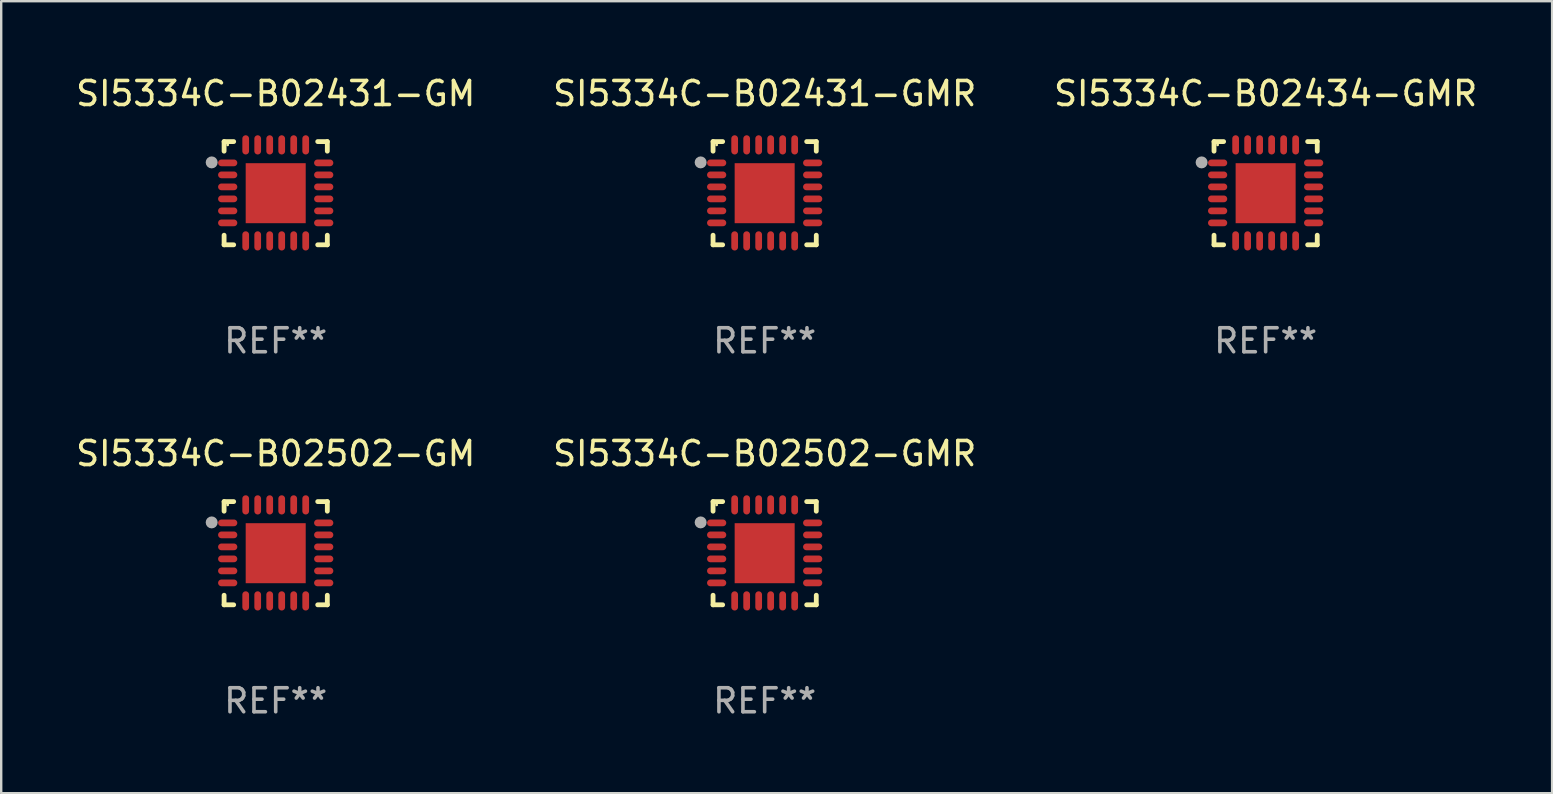
<source format=kicad_pcb>
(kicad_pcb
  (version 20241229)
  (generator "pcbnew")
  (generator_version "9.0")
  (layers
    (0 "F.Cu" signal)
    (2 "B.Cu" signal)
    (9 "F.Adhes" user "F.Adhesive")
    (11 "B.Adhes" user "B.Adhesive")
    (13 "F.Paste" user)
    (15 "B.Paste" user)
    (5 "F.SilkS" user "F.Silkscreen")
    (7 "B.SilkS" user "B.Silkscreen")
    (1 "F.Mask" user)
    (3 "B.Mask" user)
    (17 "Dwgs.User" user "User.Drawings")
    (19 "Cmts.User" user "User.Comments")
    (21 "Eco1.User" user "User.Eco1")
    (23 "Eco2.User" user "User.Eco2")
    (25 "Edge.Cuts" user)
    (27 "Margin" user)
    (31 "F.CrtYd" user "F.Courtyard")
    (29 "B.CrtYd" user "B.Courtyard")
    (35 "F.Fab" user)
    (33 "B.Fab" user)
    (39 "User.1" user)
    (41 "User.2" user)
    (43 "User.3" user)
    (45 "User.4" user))
  (footprint "SI5334C-B02431-GM"
    (layer "F.Cu")
    (at 8.435 4.998)
    (property "Reference" "SI5334C-B02431-GM" (at 0 -4.15 0) (layer "F.SilkS") (effects (font (size 1 1) (thickness 0.15))))
    (attr through_hole)
    (fp_line (start -2.15 -2.15) (end -1.75 -2.15) (stroke (width 0.2) (type solid)) (layer "F.SilkS"))
    (fp_line (start -2.15 -1.75) (end -2.15 -2.15) (stroke (width 0.2) (type solid)) (layer "F.SilkS"))
    (fp_line (start -2.15 2.15) (end -2.15 1.75) (stroke (width 0.2) (type solid)) (layer "F.SilkS"))
    (fp_line (start -1.75 2.15) (end -2.15 2.15) (stroke (width 0.2) (type solid)) (layer "F.SilkS"))
    (fp_line (start 1.75 -2.15) (end 2.15 -2.15) (stroke (width 0.2) (type solid)) (layer "F.SilkS"))
    (fp_line (start 1.75 2.15) (end 2.15 2.15) (stroke (width 0.2) (type solid)) (layer "F.SilkS"))
    (fp_line (start 2.15 -2.15) (end 2.15 -1.75) (stroke (width 0.2) (type solid)) (layer "F.SilkS"))
    (fp_line (start 2.15 2.15) (end 2.15 1.75) (stroke (width 0.2) (type solid)) (layer "F.SilkS"))
    (fp_circle (center -2 -2.013) (end -1.97 -2.013) (stroke (width 0.06) (type solid)) (fill no) (layer "F.SilkS"))
    (fp_circle (center -2.667 -1.283) (end -2.542 -1.283) (stroke (width 0.25) (type solid)) (fill no) (layer "F.Fab"))
    (fp_text user "REF**" (at 0 6.15 0) (layer "F.Fab") (effects (font (size 1 1) (thickness 0.15))))
    (pad "1" smd oval (at -2 -1.263) (size 0.8 0.28) (layers "F.Cu" "F.Mask" "F.Paste"))
    (pad "2" smd oval (at -2 -0.763) (size 0.8 0.28) (layers "F.Cu" "F.Mask" "F.Paste"))
    (pad "3" smd oval (at -2 -0.263) (size 0.8 0.28) (layers "F.Cu" "F.Mask" "F.Paste"))
    (pad "4" smd oval (at -2 0.237) (size 0.8 0.28) (layers "F.Cu" "F.Mask" "F.Paste"))
    (pad "5" smd oval (at -2 0.737) (size 0.8 0.28) (layers "F.Cu" "F.Mask" "F.Paste"))
    (pad "6" smd oval (at -2 1.237) (size 0.8 0.28) (layers "F.Cu" "F.Mask" "F.Paste"))
    (pad "7" smd oval (at -1.25 1.987) (size 0.28 0.8) (layers "F.Cu" "F.Mask" "F.Paste"))
    (pad "8" smd oval (at -0.75 1.987) (size 0.28 0.8) (layers "F.Cu" "F.Mask" "F.Paste"))
    (pad "9" smd oval (at -0.25 1.987) (size 0.28 0.8) (layers "F.Cu" "F.Mask" "F.Paste"))
    (pad "10" smd oval (at 0.25 1.987) (size 0.28 0.8) (layers "F.Cu" "F.Mask" "F.Paste"))
    (pad "11" smd oval (at 0.75 1.987) (size 0.28 0.8) (layers "F.Cu" "F.Mask" "F.Paste"))
    (pad "12" smd oval (at 1.25 1.987) (size 0.28 0.8) (layers "F.Cu" "F.Mask" "F.Paste"))
    (pad "13" smd oval (at 2 1.237) (size 0.8 0.28) (layers "F.Cu" "F.Mask" "F.Paste"))
    (pad "14" smd oval (at 2 0.737) (size 0.8 0.28) (layers "F.Cu" "F.Mask" "F.Paste"))
    (pad "15" smd oval (at 2 0.237) (size 0.8 0.28) (layers "F.Cu" "F.Mask" "F.Paste"))
    (pad "16" smd oval (at 2 -0.263) (size 0.8 0.28) (layers "F.Cu" "F.Mask" "F.Paste"))
    (pad "17" smd oval (at 2 -0.763) (size 0.8 0.28) (layers "F.Cu" "F.Mask" "F.Paste"))
    (pad "18" smd oval (at 2 -1.263) (size 0.8 0.28) (layers "F.Cu" "F.Mask" "F.Paste"))
    (pad "19" smd oval (at 1.25 -2.013) (size 0.28 0.8) (layers "F.Cu" "F.Mask" "F.Paste"))
    (pad "20" smd oval (at 0.75 -2.013) (size 0.28 0.8) (layers "F.Cu" "F.Mask" "F.Paste"))
    (pad "21" smd oval (at 0.25 -2.013) (size 0.28 0.8) (layers "F.Cu" "F.Mask" "F.Paste"))
    (pad "22" smd oval (at -0.25 -2.013) (size 0.28 0.8) (layers "F.Cu" "F.Mask" "F.Paste"))
    (pad "23" smd oval (at -0.75 -2.013) (size 0.28 0.8) (layers "F.Cu" "F.Mask" "F.Paste"))
    (pad "24" smd oval (at -1.25 -2.013) (size 0.28 0.8) (layers "F.Cu" "F.Mask" "F.Paste"))
    (pad "25" smd rect (at -0.000127 -0.00014) (size 2.5 2.5) (layers "F.Cu" "F.Mask" "F.Paste")))
  (footprint "SI5334C-B02431-GMR"
    (layer "F.Cu")
    (at 28.804 4.998)
    (property "Reference" "SI5334C-B02431-GMR" (at 0 -4.15 0) (layer "F.SilkS") (effects (font (size 1 1) (thickness 0.15))))
    (attr through_hole)
    (fp_line (start -2.15 -2.15) (end -1.75 -2.15) (stroke (width 0.2) (type solid)) (layer "F.SilkS"))
    (fp_line (start -2.15 -1.75) (end -2.15 -2.15) (stroke (width 0.2) (type solid)) (layer "F.SilkS"))
    (fp_line (start -2.15 2.15) (end -2.15 1.75) (stroke (width 0.2) (type solid)) (layer "F.SilkS"))
    (fp_line (start -1.75 2.15) (end -2.15 2.15) (stroke (width 0.2) (type solid)) (layer "F.SilkS"))
    (fp_line (start 1.75 -2.15) (end 2.15 -2.15) (stroke (width 0.2) (type solid)) (layer "F.SilkS"))
    (fp_line (start 1.75 2.15) (end 2.15 2.15) (stroke (width 0.2) (type solid)) (layer "F.SilkS"))
    (fp_line (start 2.15 -2.15) (end 2.15 -1.75) (stroke (width 0.2) (type solid)) (layer "F.SilkS"))
    (fp_line (start 2.15 2.15) (end 2.15 1.75) (stroke (width 0.2) (type solid)) (layer "F.SilkS"))
    (fp_circle (center -2 -2.013) (end -1.97 -2.013) (stroke (width 0.06) (type solid)) (fill no) (layer "F.SilkS"))
    (fp_circle (center -2.667 -1.283) (end -2.542 -1.283) (stroke (width 0.25) (type solid)) (fill no) (layer "F.Fab"))
    (fp_text user "REF**" (at 0 6.15 0) (layer "F.Fab") (effects (font (size 1 1) (thickness 0.15))))
    (pad "1" smd oval (at -2 -1.263) (size 0.8 0.28) (layers "F.Cu" "F.Mask" "F.Paste"))
    (pad "2" smd oval (at -2 -0.763) (size 0.8 0.28) (layers "F.Cu" "F.Mask" "F.Paste"))
    (pad "3" smd oval (at -2 -0.263) (size 0.8 0.28) (layers "F.Cu" "F.Mask" "F.Paste"))
    (pad "4" smd oval (at -2 0.237) (size 0.8 0.28) (layers "F.Cu" "F.Mask" "F.Paste"))
    (pad "5" smd oval (at -2 0.737) (size 0.8 0.28) (layers "F.Cu" "F.Mask" "F.Paste"))
    (pad "6" smd oval (at -2 1.237) (size 0.8 0.28) (layers "F.Cu" "F.Mask" "F.Paste"))
    (pad "7" smd oval (at -1.25 1.987) (size 0.28 0.8) (layers "F.Cu" "F.Mask" "F.Paste"))
    (pad "8" smd oval (at -0.75 1.987) (size 0.28 0.8) (layers "F.Cu" "F.Mask" "F.Paste"))
    (pad "9" smd oval (at -0.25 1.987) (size 0.28 0.8) (layers "F.Cu" "F.Mask" "F.Paste"))
    (pad "10" smd oval (at 0.25 1.987) (size 0.28 0.8) (layers "F.Cu" "F.Mask" "F.Paste"))
    (pad "11" smd oval (at 0.75 1.987) (size 0.28 0.8) (layers "F.Cu" "F.Mask" "F.Paste"))
    (pad "12" smd oval (at 1.25 1.987) (size 0.28 0.8) (layers "F.Cu" "F.Mask" "F.Paste"))
    (pad "13" smd oval (at 2 1.237) (size 0.8 0.28) (layers "F.Cu" "F.Mask" "F.Paste"))
    (pad "14" smd oval (at 2 0.737) (size 0.8 0.28) (layers "F.Cu" "F.Mask" "F.Paste"))
    (pad "15" smd oval (at 2 0.237) (size 0.8 0.28) (layers "F.Cu" "F.Mask" "F.Paste"))
    (pad "16" smd oval (at 2 -0.263) (size 0.8 0.28) (layers "F.Cu" "F.Mask" "F.Paste"))
    (pad "17" smd oval (at 2 -0.763) (size 0.8 0.28) (layers "F.Cu" "F.Mask" "F.Paste"))
    (pad "18" smd oval (at 2 -1.263) (size 0.8 0.28) (layers "F.Cu" "F.Mask" "F.Paste"))
    (pad "19" smd oval (at 1.25 -2.013) (size 0.28 0.8) (layers "F.Cu" "F.Mask" "F.Paste"))
    (pad "20" smd oval (at 0.75 -2.013) (size 0.28 0.8) (layers "F.Cu" "F.Mask" "F.Paste"))
    (pad "21" smd oval (at 0.25 -2.013) (size 0.28 0.8) (layers "F.Cu" "F.Mask" "F.Paste"))
    (pad "22" smd oval (at -0.25 -2.013) (size 0.28 0.8) (layers "F.Cu" "F.Mask" "F.Paste"))
    (pad "23" smd oval (at -0.75 -2.013) (size 0.28 0.8) (layers "F.Cu" "F.Mask" "F.Paste"))
    (pad "24" smd oval (at -1.25 -2.013) (size 0.28 0.8) (layers "F.Cu" "F.Mask" "F.Paste"))
    (pad "25" smd rect (at -0.000127 -0.00014) (size 2.5 2.5) (layers "F.Cu" "F.Mask" "F.Paste")))
  (footprint "SI5334C-B02502-GM"
    (layer "F.Cu")
    (at 8.435 19.995)
    (property "Reference" "SI5334C-B02502-GM" (at 0 -4.15 0) (layer "F.SilkS") (effects (font (size 1 1) (thickness 0.15))))
    (attr through_hole)
    (fp_line (start -2.15 -2.15) (end -1.75 -2.15) (stroke (width 0.2) (type solid)) (layer "F.SilkS"))
    (fp_line (start -2.15 -1.75) (end -2.15 -2.15) (stroke (width 0.2) (type solid)) (layer "F.SilkS"))
    (fp_line (start -2.15 2.15) (end -2.15 1.75) (stroke (width 0.2) (type solid)) (layer "F.SilkS"))
    (fp_line (start -1.75 2.15) (end -2.15 2.15) (stroke (width 0.2) (type solid)) (layer "F.SilkS"))
    (fp_line (start 1.75 -2.15) (end 2.15 -2.15) (stroke (width 0.2) (type solid)) (layer "F.SilkS"))
    (fp_line (start 1.75 2.15) (end 2.15 2.15) (stroke (width 0.2) (type solid)) (layer "F.SilkS"))
    (fp_line (start 2.15 -2.15) (end 2.15 -1.75) (stroke (width 0.2) (type solid)) (layer "F.SilkS"))
    (fp_line (start 2.15 2.15) (end 2.15 1.75) (stroke (width 0.2) (type solid)) (layer "F.SilkS"))
    (fp_circle (center -2 -2.013) (end -1.97 -2.013) (stroke (width 0.06) (type solid)) (fill no) (layer "F.SilkS"))
    (fp_circle (center -2.667 -1.283) (end -2.542 -1.283) (stroke (width 0.25) (type solid)) (fill no) (layer "F.Fab"))
    (fp_text user "REF**" (at 0 6.15 0) (layer "F.Fab") (effects (font (size 1 1) (thickness 0.15))))
    (pad "1" smd oval (at -2 -1.263) (size 0.8 0.28) (layers "F.Cu" "F.Mask" "F.Paste"))
    (pad "2" smd oval (at -2 -0.763) (size 0.8 0.28) (layers "F.Cu" "F.Mask" "F.Paste"))
    (pad "3" smd oval (at -2 -0.263) (size 0.8 0.28) (layers "F.Cu" "F.Mask" "F.Paste"))
    (pad "4" smd oval (at -2 0.237) (size 0.8 0.28) (layers "F.Cu" "F.Mask" "F.Paste"))
    (pad "5" smd oval (at -2 0.737) (size 0.8 0.28) (layers "F.Cu" "F.Mask" "F.Paste"))
    (pad "6" smd oval (at -2 1.237) (size 0.8 0.28) (layers "F.Cu" "F.Mask" "F.Paste"))
    (pad "7" smd oval (at -1.25 1.987) (size 0.28 0.8) (layers "F.Cu" "F.Mask" "F.Paste"))
    (pad "8" smd oval (at -0.75 1.987) (size 0.28 0.8) (layers "F.Cu" "F.Mask" "F.Paste"))
    (pad "9" smd oval (at -0.25 1.987) (size 0.28 0.8) (layers "F.Cu" "F.Mask" "F.Paste"))
    (pad "10" smd oval (at 0.25 1.987) (size 0.28 0.8) (layers "F.Cu" "F.Mask" "F.Paste"))
    (pad "11" smd oval (at 0.75 1.987) (size 0.28 0.8) (layers "F.Cu" "F.Mask" "F.Paste"))
    (pad "12" smd oval (at 1.25 1.987) (size 0.28 0.8) (layers "F.Cu" "F.Mask" "F.Paste"))
    (pad "13" smd oval (at 2 1.237) (size 0.8 0.28) (layers "F.Cu" "F.Mask" "F.Paste"))
    (pad "14" smd oval (at 2 0.737) (size 0.8 0.28) (layers "F.Cu" "F.Mask" "F.Paste"))
    (pad "15" smd oval (at 2 0.237) (size 0.8 0.28) (layers "F.Cu" "F.Mask" "F.Paste"))
    (pad "16" smd oval (at 2 -0.263) (size 0.8 0.28) (layers "F.Cu" "F.Mask" "F.Paste"))
    (pad "17" smd oval (at 2 -0.763) (size 0.8 0.28) (layers "F.Cu" "F.Mask" "F.Paste"))
    (pad "18" smd oval (at 2 -1.263) (size 0.8 0.28) (layers "F.Cu" "F.Mask" "F.Paste"))
    (pad "19" smd oval (at 1.25 -2.013) (size 0.28 0.8) (layers "F.Cu" "F.Mask" "F.Paste"))
    (pad "20" smd oval (at 0.75 -2.013) (size 0.28 0.8) (layers "F.Cu" "F.Mask" "F.Paste"))
    (pad "21" smd oval (at 0.25 -2.013) (size 0.28 0.8) (layers "F.Cu" "F.Mask" "F.Paste"))
    (pad "22" smd oval (at -0.25 -2.013) (size 0.28 0.8) (layers "F.Cu" "F.Mask" "F.Paste"))
    (pad "23" smd oval (at -0.75 -2.013) (size 0.28 0.8) (layers "F.Cu" "F.Mask" "F.Paste"))
    (pad "24" smd oval (at -1.25 -2.013) (size 0.28 0.8) (layers "F.Cu" "F.Mask" "F.Paste"))
    (pad "25" smd rect (at -0.000127 -0.00014) (size 2.5 2.5) (layers "F.Cu" "F.Mask" "F.Paste")))
  (footprint "SI5334C-B02434-GMR"
    (layer "F.Cu")
    (at 49.673 4.998)
    (property "Reference" "SI5334C-B02434-GMR" (at 0 -4.15 0) (layer "F.SilkS") (effects (font (size 1 1) (thickness 0.15))))
    (attr through_hole)
    (fp_line (start -2.15 -2.15) (end -1.75 -2.15) (stroke (width 0.2) (type solid)) (layer "F.SilkS"))
    (fp_line (start -2.15 -1.75) (end -2.15 -2.15) (stroke (width 0.2) (type solid)) (layer "F.SilkS"))
    (fp_line (start -2.15 2.15) (end -2.15 1.75) (stroke (width 0.2) (type solid)) (layer "F.SilkS"))
    (fp_line (start -1.75 2.15) (end -2.15 2.15) (stroke (width 0.2) (type solid)) (layer "F.SilkS"))
    (fp_line (start 1.75 -2.15) (end 2.15 -2.15) (stroke (width 0.2) (type solid)) (layer "F.SilkS"))
    (fp_line (start 1.75 2.15) (end 2.15 2.15) (stroke (width 0.2) (type solid)) (layer "F.SilkS"))
    (fp_line (start 2.15 -2.15) (end 2.15 -1.75) (stroke (width 0.2) (type solid)) (layer "F.SilkS"))
    (fp_line (start 2.15 2.15) (end 2.15 1.75) (stroke (width 0.2) (type solid)) (layer "F.SilkS"))
    (fp_circle (center -2 -2.013) (end -1.97 -2.013) (stroke (width 0.06) (type solid)) (fill no) (layer "F.SilkS"))
    (fp_circle (center -2.667 -1.283) (end -2.542 -1.283) (stroke (width 0.25) (type solid)) (fill no) (layer "F.Fab"))
    (fp_text user "REF**" (at 0 6.15 0) (layer "F.Fab") (effects (font (size 1 1) (thickness 0.15))))
    (pad "1" smd oval (at -2 -1.263) (size 0.8 0.28) (layers "F.Cu" "F.Mask" "F.Paste"))
    (pad "2" smd oval (at -2 -0.763) (size 0.8 0.28) (layers "F.Cu" "F.Mask" "F.Paste"))
    (pad "3" smd oval (at -2 -0.263) (size 0.8 0.28) (layers "F.Cu" "F.Mask" "F.Paste"))
    (pad "4" smd oval (at -2 0.237) (size 0.8 0.28) (layers "F.Cu" "F.Mask" "F.Paste"))
    (pad "5" smd oval (at -2 0.737) (size 0.8 0.28) (layers "F.Cu" "F.Mask" "F.Paste"))
    (pad "6" smd oval (at -2 1.237) (size 0.8 0.28) (layers "F.Cu" "F.Mask" "F.Paste"))
    (pad "7" smd oval (at -1.25 1.987) (size 0.28 0.8) (layers "F.Cu" "F.Mask" "F.Paste"))
    (pad "8" smd oval (at -0.75 1.987) (size 0.28 0.8) (layers "F.Cu" "F.Mask" "F.Paste"))
    (pad "9" smd oval (at -0.25 1.987) (size 0.28 0.8) (layers "F.Cu" "F.Mask" "F.Paste"))
    (pad "10" smd oval (at 0.25 1.987) (size 0.28 0.8) (layers "F.Cu" "F.Mask" "F.Paste"))
    (pad "11" smd oval (at 0.75 1.987) (size 0.28 0.8) (layers "F.Cu" "F.Mask" "F.Paste"))
    (pad "12" smd oval (at 1.25 1.987) (size 0.28 0.8) (layers "F.Cu" "F.Mask" "F.Paste"))
    (pad "13" smd oval (at 2 1.237) (size 0.8 0.28) (layers "F.Cu" "F.Mask" "F.Paste"))
    (pad "14" smd oval (at 2 0.737) (size 0.8 0.28) (layers "F.Cu" "F.Mask" "F.Paste"))
    (pad "15" smd oval (at 2 0.237) (size 0.8 0.28) (layers "F.Cu" "F.Mask" "F.Paste"))
    (pad "16" smd oval (at 2 -0.263) (size 0.8 0.28) (layers "F.Cu" "F.Mask" "F.Paste"))
    (pad "17" smd oval (at 2 -0.763) (size 0.8 0.28) (layers "F.Cu" "F.Mask" "F.Paste"))
    (pad "18" smd oval (at 2 -1.263) (size 0.8 0.28) (layers "F.Cu" "F.Mask" "F.Paste"))
    (pad "19" smd oval (at 1.25 -2.013) (size 0.28 0.8) (layers "F.Cu" "F.Mask" "F.Paste"))
    (pad "20" smd oval (at 0.75 -2.013) (size 0.28 0.8) (layers "F.Cu" "F.Mask" "F.Paste"))
    (pad "21" smd oval (at 0.25 -2.013) (size 0.28 0.8) (layers "F.Cu" "F.Mask" "F.Paste"))
    (pad "22" smd oval (at -0.25 -2.013) (size 0.28 0.8) (layers "F.Cu" "F.Mask" "F.Paste"))
    (pad "23" smd oval (at -0.75 -2.013) (size 0.28 0.8) (layers "F.Cu" "F.Mask" "F.Paste"))
    (pad "24" smd oval (at -1.25 -2.013) (size 0.28 0.8) (layers "F.Cu" "F.Mask" "F.Paste"))
    (pad "25" smd rect (at -0.000127 -0.00014) (size 2.5 2.5) (layers "F.Cu" "F.Mask" "F.Paste")))
  (footprint "SI5334C-B02502-GMR"
    (layer "F.Cu")
    (at 28.804 19.995)
    (property "Reference" "SI5334C-B02502-GMR" (at 0 -4.15 0) (layer "F.SilkS") (effects (font (size 1 1) (thickness 0.15))))
    (attr through_hole)
    (fp_line (start -2.15 -2.15) (end -1.75 -2.15) (stroke (width 0.2) (type solid)) (layer "F.SilkS"))
    (fp_line (start -2.15 -1.75) (end -2.15 -2.15) (stroke (width 0.2) (type solid)) (layer "F.SilkS"))
    (fp_line (start -2.15 2.15) (end -2.15 1.75) (stroke (width 0.2) (type solid)) (layer "F.SilkS"))
    (fp_line (start -1.75 2.15) (end -2.15 2.15) (stroke (width 0.2) (type solid)) (layer "F.SilkS"))
    (fp_line (start 1.75 -2.15) (end 2.15 -2.15) (stroke (width 0.2) (type solid)) (layer "F.SilkS"))
    (fp_line (start 1.75 2.15) (end 2.15 2.15) (stroke (width 0.2) (type solid)) (layer "F.SilkS"))
    (fp_line (start 2.15 -2.15) (end 2.15 -1.75) (stroke (width 0.2) (type solid)) (layer "F.SilkS"))
    (fp_line (start 2.15 2.15) (end 2.15 1.75) (stroke (width 0.2) (type solid)) (layer "F.SilkS"))
    (fp_circle (center -2 -2.013) (end -1.97 -2.013) (stroke (width 0.06) (type solid)) (fill no) (layer "F.SilkS"))
    (fp_circle (center -2.667 -1.283) (end -2.542 -1.283) (stroke (width 0.25) (type solid)) (fill no) (layer "F.Fab"))
    (fp_text user "REF**" (at 0 6.15 0) (layer "F.Fab") (effects (font (size 1 1) (thickness 0.15))))
    (pad "1" smd oval (at -2 -1.263) (size 0.8 0.28) (layers "F.Cu" "F.Mask" "F.Paste"))
    (pad "2" smd oval (at -2 -0.763) (size 0.8 0.28) (layers "F.Cu" "F.Mask" "F.Paste"))
    (pad "3" smd oval (at -2 -0.263) (size 0.8 0.28) (layers "F.Cu" "F.Mask" "F.Paste"))
    (pad "4" smd oval (at -2 0.237) (size 0.8 0.28) (layers "F.Cu" "F.Mask" "F.Paste"))
    (pad "5" smd oval (at -2 0.737) (size 0.8 0.28) (layers "F.Cu" "F.Mask" "F.Paste"))
    (pad "6" smd oval (at -2 1.237) (size 0.8 0.28) (layers "F.Cu" "F.Mask" "F.Paste"))
    (pad "7" smd oval (at -1.25 1.987) (size 0.28 0.8) (layers "F.Cu" "F.Mask" "F.Paste"))
    (pad "8" smd oval (at -0.75 1.987) (size 0.28 0.8) (layers "F.Cu" "F.Mask" "F.Paste"))
    (pad "9" smd oval (at -0.25 1.987) (size 0.28 0.8) (layers "F.Cu" "F.Mask" "F.Paste"))
    (pad "10" smd oval (at 0.25 1.987) (size 0.28 0.8) (layers "F.Cu" "F.Mask" "F.Paste"))
    (pad "11" smd oval (at 0.75 1.987) (size 0.28 0.8) (layers "F.Cu" "F.Mask" "F.Paste"))
    (pad "12" smd oval (at 1.25 1.987) (size 0.28 0.8) (layers "F.Cu" "F.Mask" "F.Paste"))
    (pad "13" smd oval (at 2 1.237) (size 0.8 0.28) (layers "F.Cu" "F.Mask" "F.Paste"))
    (pad "14" smd oval (at 2 0.737) (size 0.8 0.28) (layers "F.Cu" "F.Mask" "F.Paste"))
    (pad "15" smd oval (at 2 0.237) (size 0.8 0.28) (layers "F.Cu" "F.Mask" "F.Paste"))
    (pad "16" smd oval (at 2 -0.263) (size 0.8 0.28) (layers "F.Cu" "F.Mask" "F.Paste"))
    (pad "17" smd oval (at 2 -0.763) (size 0.8 0.28) (layers "F.Cu" "F.Mask" "F.Paste"))
    (pad "18" smd oval (at 2 -1.263) (size 0.8 0.28) (layers "F.Cu" "F.Mask" "F.Paste"))
    (pad "19" smd oval (at 1.25 -2.013) (size 0.28 0.8) (layers "F.Cu" "F.Mask" "F.Paste"))
    (pad "20" smd oval (at 0.75 -2.013) (size 0.28 0.8) (layers "F.Cu" "F.Mask" "F.Paste"))
    (pad "21" smd oval (at 0.25 -2.013) (size 0.28 0.8) (layers "F.Cu" "F.Mask" "F.Paste"))
    (pad "22" smd oval (at -0.25 -2.013) (size 0.28 0.8) (layers "F.Cu" "F.Mask" "F.Paste"))
    (pad "23" smd oval (at -0.75 -2.013) (size 0.28 0.8) (layers "F.Cu" "F.Mask" "F.Paste"))
    (pad "24" smd oval (at -1.25 -2.013) (size 0.28 0.8) (layers "F.Cu" "F.Mask" "F.Paste"))
    (pad "25" smd rect (at -0.000127 -0.00014) (size 2.5 2.5) (layers "F.Cu" "F.Mask" "F.Paste")))
  (gr_rect
    (start -3 -3)
    (end 61.607 29.993)
    (stroke (width 0.1) (type default))
    (fill no)
    (layer "Edge.Cuts")))
</source>
